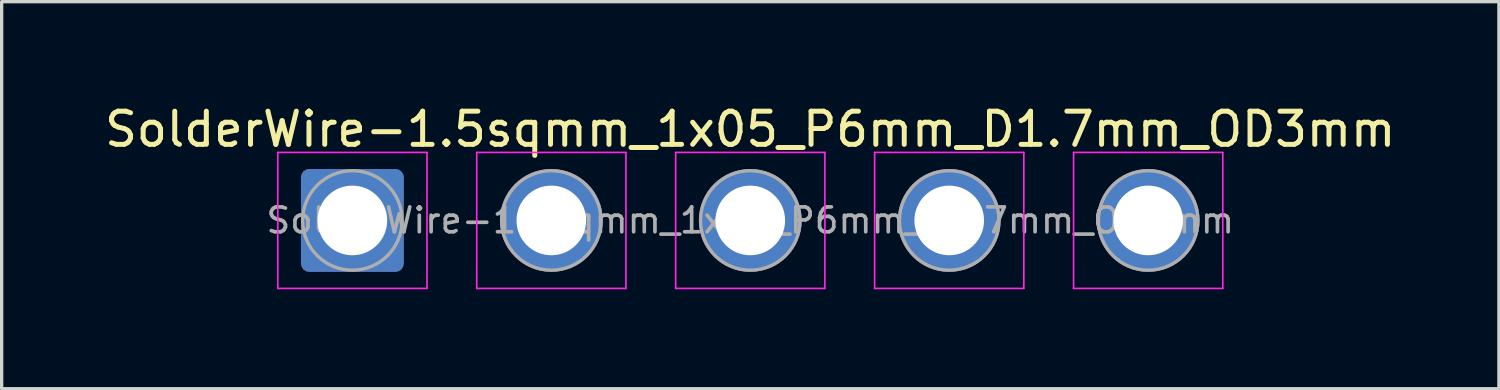
<source format=kicad_pcb>
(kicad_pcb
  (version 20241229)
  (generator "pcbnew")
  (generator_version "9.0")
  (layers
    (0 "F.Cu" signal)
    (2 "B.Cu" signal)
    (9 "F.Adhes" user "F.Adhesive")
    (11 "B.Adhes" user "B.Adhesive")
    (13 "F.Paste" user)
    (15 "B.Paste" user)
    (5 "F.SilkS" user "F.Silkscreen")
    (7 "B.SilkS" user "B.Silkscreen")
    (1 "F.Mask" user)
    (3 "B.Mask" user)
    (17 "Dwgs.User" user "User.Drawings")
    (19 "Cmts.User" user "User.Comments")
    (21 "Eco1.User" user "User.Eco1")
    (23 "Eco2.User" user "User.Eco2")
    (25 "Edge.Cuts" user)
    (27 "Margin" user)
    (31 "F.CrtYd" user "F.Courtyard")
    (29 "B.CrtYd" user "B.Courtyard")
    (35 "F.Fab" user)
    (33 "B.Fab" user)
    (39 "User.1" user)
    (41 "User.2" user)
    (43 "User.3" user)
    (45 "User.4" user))
  (footprint "SolderWire-1.5sqmm_1x05_P6mm_D1.7mm_OD3mm"
    (layer "F.Cu")
    (at 7.577 3.598)
    (property "Reference" "SolderWire-1.5sqmm_1x05_P6mm_D1.7mm_OD3mm" (at 12 -2.75 0) (layer "F.SilkS") (effects (font (size 1 1) (thickness 0.15))))
    (attr exclude_from_pos_files exclude_from_bom)
    (fp_line (start -2.25 -2.05) (end -2.25 2.05) (stroke (width 0.05) (type solid)) (layer "F.CrtYd"))
    (fp_line (start -2.25 2.05) (end 2.25 2.05) (stroke (width 0.05) (type solid)) (layer "F.CrtYd"))
    (fp_line (start 2.25 -2.05) (end -2.25 -2.05) (stroke (width 0.05) (type solid)) (layer "F.CrtYd"))
    (fp_line (start 2.25 2.05) (end 2.25 -2.05) (stroke (width 0.05) (type solid)) (layer "F.CrtYd"))
    (fp_line (start 3.75 -2.05) (end 3.75 2.05) (stroke (width 0.05) (type solid)) (layer "F.CrtYd"))
    (fp_line (start 3.75 2.05) (end 8.25 2.05) (stroke (width 0.05) (type solid)) (layer "F.CrtYd"))
    (fp_line (start 8.25 -2.05) (end 3.75 -2.05) (stroke (width 0.05) (type solid)) (layer "F.CrtYd"))
    (fp_line (start 8.25 2.05) (end 8.25 -2.05) (stroke (width 0.05) (type solid)) (layer "F.CrtYd"))
    (fp_line (start 9.75 -2.05) (end 9.75 2.05) (stroke (width 0.05) (type solid)) (layer "F.CrtYd"))
    (fp_line (start 9.75 2.05) (end 14.25 2.05) (stroke (width 0.05) (type solid)) (layer "F.CrtYd"))
    (fp_line (start 14.25 -2.05) (end 9.75 -2.05) (stroke (width 0.05) (type solid)) (layer "F.CrtYd"))
    (fp_line (start 14.25 2.05) (end 14.25 -2.05) (stroke (width 0.05) (type solid)) (layer "F.CrtYd"))
    (fp_line (start 15.75 -2.05) (end 15.75 2.05) (stroke (width 0.05) (type solid)) (layer "F.CrtYd"))
    (fp_line (start 15.75 2.05) (end 20.25 2.05) (stroke (width 0.05) (type solid)) (layer "F.CrtYd"))
    (fp_line (start 20.25 -2.05) (end 15.75 -2.05) (stroke (width 0.05) (type solid)) (layer "F.CrtYd"))
    (fp_line (start 20.25 2.05) (end 20.25 -2.05) (stroke (width 0.05) (type solid)) (layer "F.CrtYd"))
    (fp_line (start 21.75 -2.05) (end 21.75 2.05) (stroke (width 0.05) (type solid)) (layer "F.CrtYd"))
    (fp_line (start 21.75 2.05) (end 26.25 2.05) (stroke (width 0.05) (type solid)) (layer "F.CrtYd"))
    (fp_line (start 26.25 -2.05) (end 21.75 -2.05) (stroke (width 0.05) (type solid)) (layer "F.CrtYd"))
    (fp_line (start 26.25 2.05) (end 26.25 -2.05) (stroke (width 0.05) (type solid)) (layer "F.CrtYd"))
    (fp_circle (center 0 0) (end 1.5 0) (stroke (width 0.1) (type solid)) (fill no) (layer "F.Fab"))
    (fp_circle (center 6 0) (end 7.5 0) (stroke (width 0.1) (type solid)) (fill no) (layer "F.Fab"))
    (fp_circle (center 12 0) (end 13.5 0) (stroke (width 0.1) (type solid)) (fill no) (layer "F.Fab"))
    (fp_circle (center 18 0) (end 19.5 0) (stroke (width 0.1) (type solid)) (fill no) (layer "F.Fab"))
    (fp_circle (center 24 0) (end 25.5 0) (stroke (width 0.1) (type solid)) (fill no) (layer "F.Fab"))
    (fp_text user "${REFERENCE}" (at 12 0 0) (layer "F.Fab") (effects (font (size 0.75 0.75) (thickness 0.11))))
    (pad "1" thru_hole roundrect (at 0 0) (size 3.1 3.1) (drill 2.1) (layers "*.Cu" "*.Mask") (roundrect_rratio 0.081))
    (pad "2" thru_hole circle (at 6 0) (size 3.1 3.1) (drill 2.1) (layers "*.Cu" "*.Mask"))
    (pad "3" thru_hole circle (at 12 0) (size 3.1 3.1) (drill 2.1) (layers "*.Cu" "*.Mask"))
    (pad "4" thru_hole circle (at 18 0) (size 3.1 3.1) (drill 2.1) (layers "*.Cu" "*.Mask"))
    (pad "5" thru_hole circle (at 24 0) (size 3.1 3.1) (drill 2.1) (layers "*.Cu" "*.Mask")))
  (gr_rect
    (start -3 -3)
    (end 42.155 8.673)
    (stroke (width 0.1) (type default))
    (fill no)
    (layer "Edge.Cuts")))
</source>
